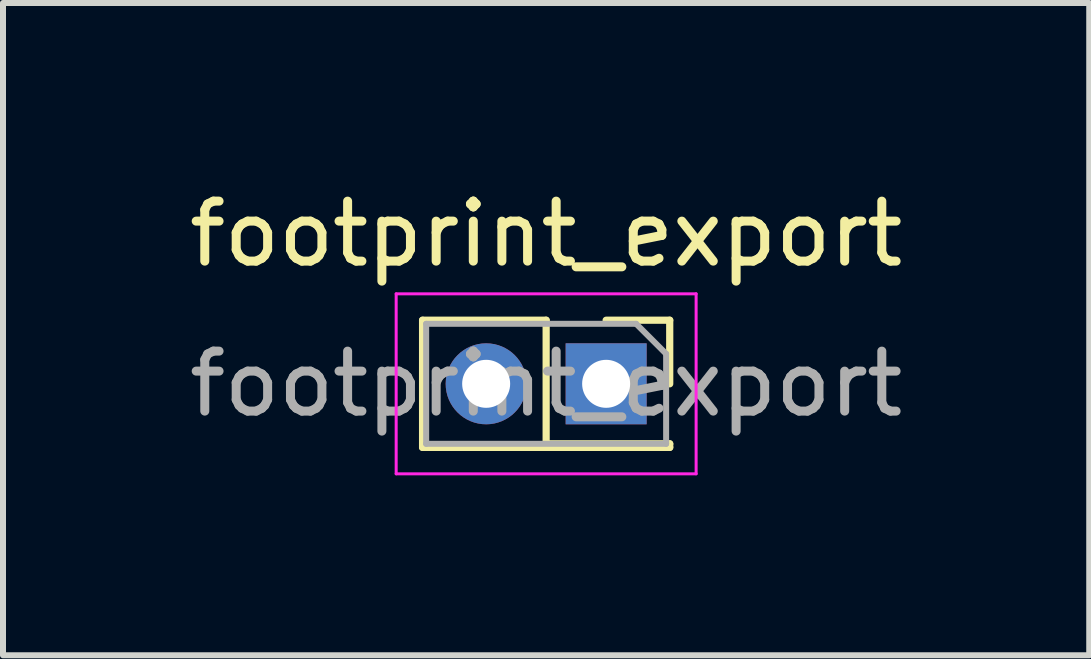
<source format=kicad_pcb>
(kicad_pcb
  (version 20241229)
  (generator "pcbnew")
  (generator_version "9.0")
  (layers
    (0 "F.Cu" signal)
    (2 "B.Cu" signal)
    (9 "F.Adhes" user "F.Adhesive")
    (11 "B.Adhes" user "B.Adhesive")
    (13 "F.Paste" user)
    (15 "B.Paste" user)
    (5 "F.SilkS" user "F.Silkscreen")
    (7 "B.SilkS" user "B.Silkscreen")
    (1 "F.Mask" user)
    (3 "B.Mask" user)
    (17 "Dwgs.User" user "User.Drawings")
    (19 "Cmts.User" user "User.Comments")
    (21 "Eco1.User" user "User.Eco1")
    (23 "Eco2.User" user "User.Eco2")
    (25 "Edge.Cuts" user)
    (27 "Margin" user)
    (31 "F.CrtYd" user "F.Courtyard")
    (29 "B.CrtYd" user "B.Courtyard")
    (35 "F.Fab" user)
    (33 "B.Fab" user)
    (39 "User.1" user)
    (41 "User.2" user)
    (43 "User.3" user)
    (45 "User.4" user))
  (footprint "footprint_export"
    (layer "F.Cu")
    (at 7.054 3.348)
    (property "Reference" "footprint_export" (at -1 -2.5 0) (layer "F.SilkS") (effects (font (size 1 1) (thickness 0.15))))
    (attr through_hole)
    (fp_line (start -3.06 -1.06) (end -3.06 1.06) (stroke (width 0.12) (type solid)) (layer "F.SilkS"))
    (fp_line (start -3.06 -1.06) (end -1 -1.06) (stroke (width 0.12) (type solid)) (layer "F.SilkS"))
    (fp_line (start -3.06 1.06) (end 1.06 1.06) (stroke (width 0.12) (type solid)) (layer "F.SilkS"))
    (fp_line (start -1 -1.06) (end -1 1) (stroke (width 0.12) (type solid)) (layer "F.SilkS"))
    (fp_line (start -1 1) (end 1.06 1) (stroke (width 0.12) (type solid)) (layer "F.SilkS"))
    (fp_line (start 0 -1.06) (end 1.06 -1.06) (stroke (width 0.12) (type solid)) (layer "F.SilkS"))
    (fp_line (start 1.06 -1.06) (end 1.06 0) (stroke (width 0.12) (type solid)) (layer "F.SilkS"))
    (fp_line (start 1.06 1) (end 1.06 1.06) (stroke (width 0.12) (type solid)) (layer "F.SilkS"))
    (fp_line (start -3.5 -1.5) (end 1.5 -1.5) (stroke (width 0.05) (type solid)) (layer "F.CrtYd"))
    (fp_line (start -3.5 1.5) (end -3.5 -1.5) (stroke (width 0.05) (type solid)) (layer "F.CrtYd"))
    (fp_line (start 1.5 -1.5) (end 1.5 1.5) (stroke (width 0.05) (type solid)) (layer "F.CrtYd"))
    (fp_line (start 1.5 1.5) (end -3.5 1.5) (stroke (width 0.05) (type solid)) (layer "F.CrtYd"))
    (fp_line (start -3 -1) (end 0.5 -1) (stroke (width 0.1) (type solid)) (layer "F.Fab"))
    (fp_line (start -3 1) (end -3 -1) (stroke (width 0.1) (type solid)) (layer "F.Fab"))
    (fp_line (start 0.5 -1) (end 1 -0.5) (stroke (width 0.1) (type solid)) (layer "F.Fab"))
    (fp_line (start 1 -0.5) (end 1 1) (stroke (width 0.1) (type solid)) (layer "F.Fab"))
    (fp_line (start 1 1) (end -3 1) (stroke (width 0.1) (type solid)) (layer "F.Fab"))
    (fp_text user "${REFERENCE}" (at -1 0 0) (layer "F.Fab") (effects (font (size 1 1) (thickness 0.15))))
    (pad "1" thru_hole rect (at 0 0) (size 1.35 1.35) (drill 0.8) (layers "*.Cu" "*.Mask"))
    (pad "2" thru_hole oval (at -2 0) (size 1.35 1.35) (drill 0.8) (layers "*.Cu" "*.Mask")))
  (gr_rect
    (start -3 -3)
    (end 15.107 7.873)
    (stroke (width 0.1) (type default))
    (fill no)
    (layer "Edge.Cuts")))
</source>
